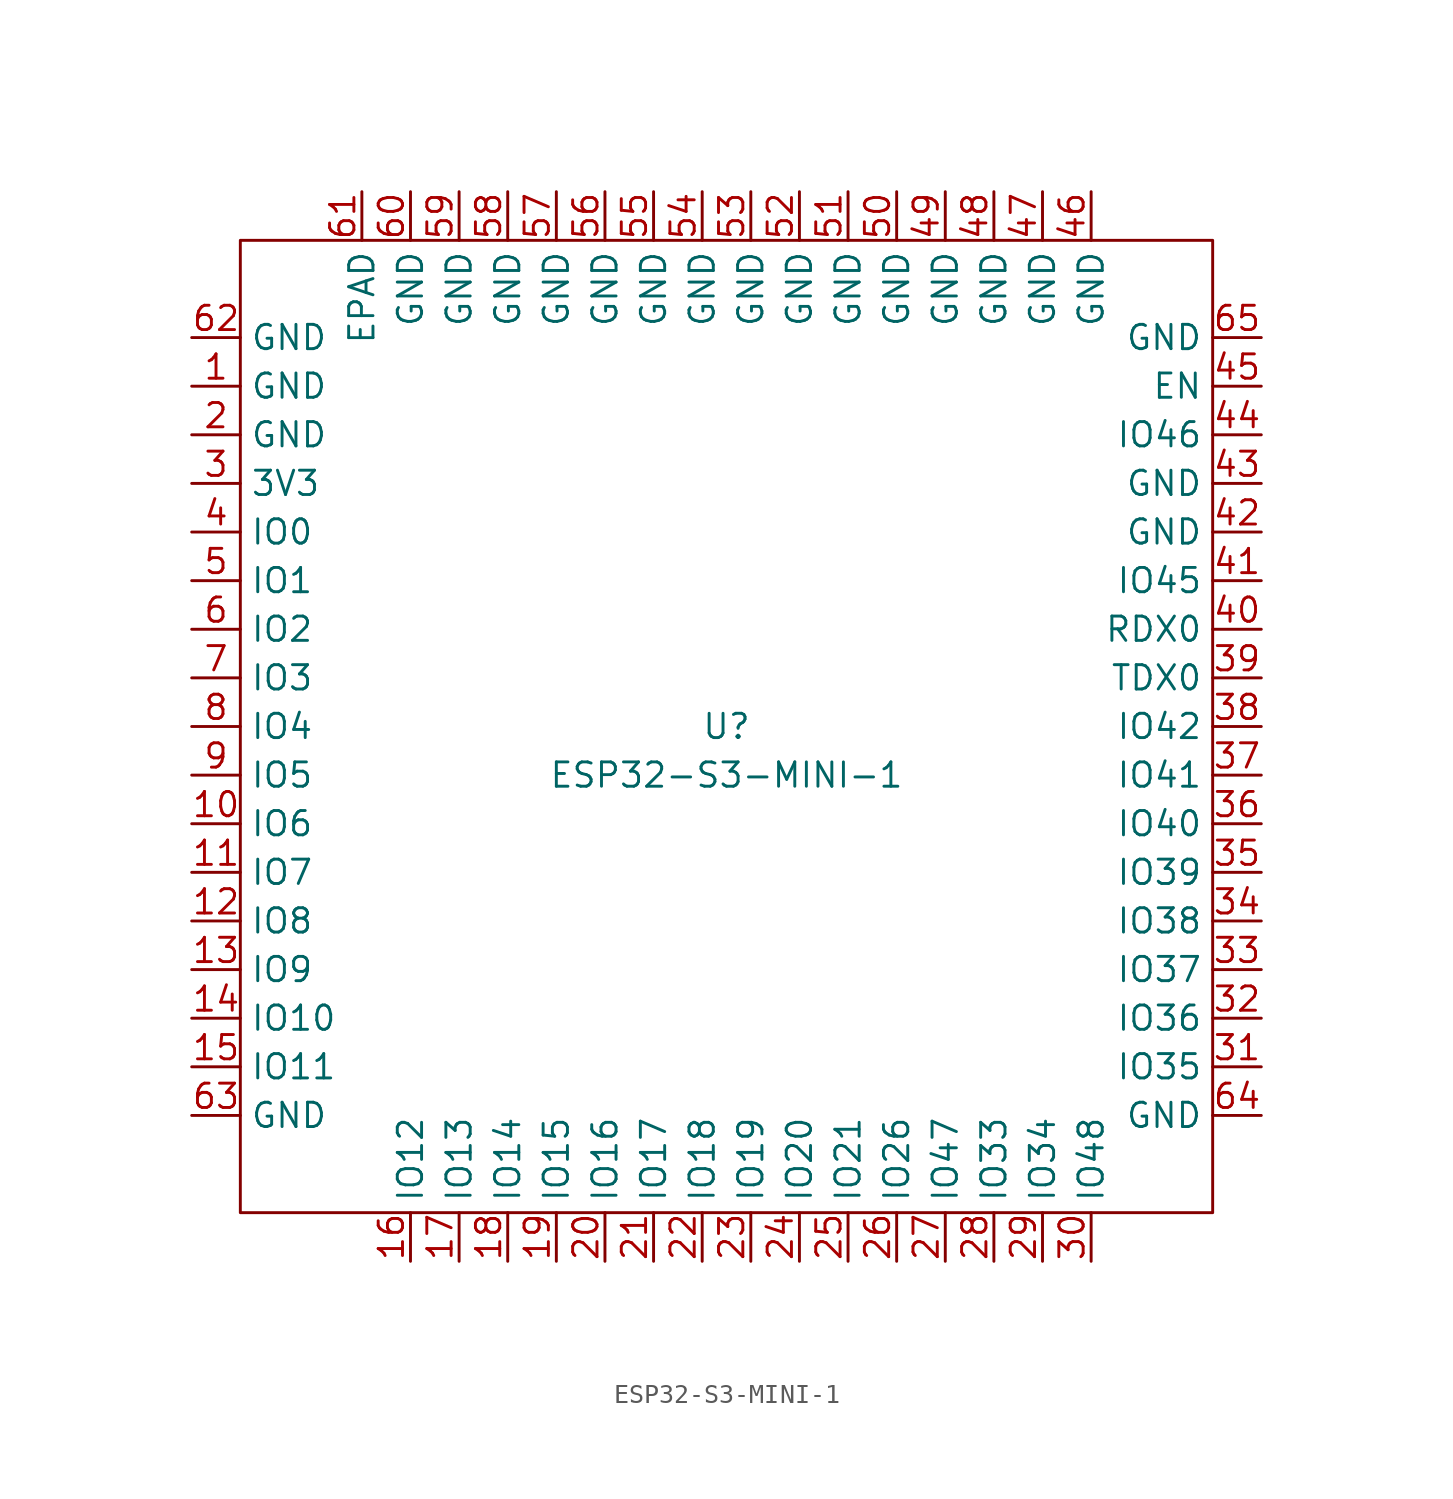
<source format=kicad_sym>
(kicad_symbol_lib
  (version 20231120)
  (generator "kicad_symbol_editor")
  (generator_version "8.0")
  (symbol "ESP32-S3-MINI-1"
    (property "Reference" "U"
      (at 0 0 0)
      (effects (font (size 1.27 1.27))))
    (property "Value" "ESP32-S3-MINI-1"
      (at 0 -2.54 0)
      (effects (font (size 1.27 1.27))))
    (symbol "ESP32-S3-MINI-1_0_1"
      (rectangle (start -25.4 25.4) (end 25.4 -25.4) (stroke (width 0) (type default)) (fill (type none))))
    (symbol "ESP32-S3-MINI-1_1_1"
      (pin power_in line (at -27.94 17.78 0) (length 2.54) (name "GND" (effects (font (size 1.27 1.27)))) (number "1" (effects (font (size 1.27 1.27)))))
      (pin bidirectional line (at -27.94 -5.08 0) (length 2.54) (name "IO6" (effects (font (size 1.27 1.27)))) (number "10" (effects (font (size 1.27 1.27)))))
      (pin bidirectional line (at -27.94 -7.62 0) (length 2.54) (name "IO7" (effects (font (size 1.27 1.27)))) (number "11" (effects (font (size 1.27 1.27)))))
      (pin bidirectional line (at -27.94 -10.16 0) (length 2.54) (name "IO8" (effects (font (size 1.27 1.27)))) (number "12" (effects (font (size 1.27 1.27)))))
      (pin bidirectional line (at -27.94 -12.7 0) (length 2.54) (name "IO9" (effects (font (size 1.27 1.27)))) (number "13" (effects (font (size 1.27 1.27)))))
      (pin bidirectional line (at -27.94 -15.24 0) (length 2.54) (name "IO10" (effects (font (size 1.27 1.27)))) (number "14" (effects (font (size 1.27 1.27)))))
      (pin bidirectional line (at -27.94 -17.78 0) (length 2.54) (name "IO11" (effects (font (size 1.27 1.27)))) (number "15" (effects (font (size 1.27 1.27)))))
      (pin bidirectional line (at -16.51 -27.94 90) (length 2.54) (name "IO12" (effects (font (size 1.27 1.27)))) (number "16" (effects (font (size 1.27 1.27)))))
      (pin bidirectional line (at -13.97 -27.94 90) (length 2.54) (name "IO13" (effects (font (size 1.27 1.27)))) (number "17" (effects (font (size 1.27 1.27)))))
      (pin bidirectional line (at -11.43 -27.94 90) (length 2.54) (name "IO14" (effects (font (size 1.27 1.27)))) (number "18" (effects (font (size 1.27 1.27)))))
      (pin bidirectional line (at -8.89 -27.94 90) (length 2.54) (name "IO15" (effects (font (size 1.27 1.27)))) (number "19" (effects (font (size 1.27 1.27)))))
      (pin power_in line (at -27.94 15.24 0) (length 2.54) (name "GND" (effects (font (size 1.27 1.27)))) (number "2" (effects (font (size 1.27 1.27)))))
      (pin bidirectional line (at -6.35 -27.94 90) (length 2.54) (name "IO16" (effects (font (size 1.27 1.27)))) (number "20" (effects (font (size 1.27 1.27)))))
      (pin bidirectional line (at -3.81 -27.94 90) (length 2.54) (name "IO17" (effects (font (size 1.27 1.27)))) (number "21" (effects (font (size 1.27 1.27)))))
      (pin bidirectional line (at -1.27 -27.94 90) (length 2.54) (name "IO18" (effects (font (size 1.27 1.27)))) (number "22" (effects (font (size 1.27 1.27)))))
      (pin bidirectional line (at 1.27 -27.94 90) (length 2.54) (name "IO19" (effects (font (size 1.27 1.27)))) (number "23" (effects (font (size 1.27 1.27)))))
      (pin bidirectional line (at 3.81 -27.94 90) (length 2.54) (name "IO20" (effects (font (size 1.27 1.27)))) (number "24" (effects (font (size 1.27 1.27)))))
      (pin bidirectional line (at 6.35 -27.94 90) (length 2.54) (name "IO21" (effects (font (size 1.27 1.27)))) (number "25" (effects (font (size 1.27 1.27)))))
      (pin bidirectional line (at 8.89 -27.94 90) (length 2.54) (name "IO26" (effects (font (size 1.27 1.27)))) (number "26" (effects (font (size 1.27 1.27)))))
      (pin bidirectional line (at 11.43 -27.94 90) (length 2.54) (name "IO47" (effects (font (size 1.27 1.27)))) (number "27" (effects (font (size 1.27 1.27)))))
      (pin bidirectional line (at 13.97 -27.94 90) (length 2.54) (name "IO33" (effects (font (size 1.27 1.27)))) (number "28" (effects (font (size 1.27 1.27)))))
      (pin bidirectional line (at 16.51 -27.94 90) (length 2.54) (name "IO34" (effects (font (size 1.27 1.27)))) (number "29" (effects (font (size 1.27 1.27)))))
      (pin power_in line (at -27.94 12.7 0) (length 2.54) (name "3V3" (effects (font (size 1.27 1.27)))) (number "3" (effects (font (size 1.27 1.27)))))
      (pin bidirectional line (at 19.05 -27.94 90) (length 2.54) (name "IO48" (effects (font (size 1.27 1.27)))) (number "30" (effects (font (size 1.27 1.27)))))
      (pin bidirectional line (at 27.94 -17.78 180) (length 2.54) (name "IO35" (effects (font (size 1.27 1.27)))) (number "31" (effects (font (size 1.27 1.27)))))
      (pin bidirectional line (at 27.94 -15.24 180) (length 2.54) (name "IO36" (effects (font (size 1.27 1.27)))) (number "32" (effects (font (size 1.27 1.27)))))
      (pin bidirectional line (at 27.94 -12.7 180) (length 2.54) (name "IO37" (effects (font (size 1.27 1.27)))) (number "33" (effects (font (size 1.27 1.27)))))
      (pin bidirectional line (at 27.94 -10.16 180) (length 2.54) (name "IO38" (effects (font (size 1.27 1.27)))) (number "34" (effects (font (size 1.27 1.27)))))
      (pin bidirectional line (at 27.94 -7.62 180) (length 2.54) (name "IO39" (effects (font (size 1.27 1.27)))) (number "35" (effects (font (size 1.27 1.27)))))
      (pin bidirectional line (at 27.94 -5.08 180) (length 2.54) (name "IO40" (effects (font (size 1.27 1.27)))) (number "36" (effects (font (size 1.27 1.27)))))
      (pin bidirectional line (at 27.94 -2.54 180) (length 2.54) (name "IO41" (effects (font (size 1.27 1.27)))) (number "37" (effects (font (size 1.27 1.27)))))
      (pin bidirectional line (at 27.94 0 180) (length 2.54) (name "IO42" (effects (font (size 1.27 1.27)))) (number "38" (effects (font (size 1.27 1.27)))))
      (pin output line (at 27.94 2.54 180) (length 2.54) (name "TDX0" (effects (font (size 1.27 1.27)))) (number "39" (effects (font (size 1.27 1.27)))))
      (pin input line (at -27.94 10.16 0) (length 2.54) (name "IO0" (effects (font (size 1.27 1.27)))) (number "4" (effects (font (size 1.27 1.27)))))
      (pin input line (at 27.94 5.08 180) (length 2.54) (name "RDX0" (effects (font (size 1.27 1.27)))) (number "40" (effects (font (size 1.27 1.27)))))
      (pin bidirectional line (at 27.94 7.62 180) (length 2.54) (name "IO45" (effects (font (size 1.27 1.27)))) (number "41" (effects (font (size 1.27 1.27)))))
      (pin power_in line (at 27.94 10.16 180) (length 2.54) (name "GND" (effects (font (size 1.27 1.27)))) (number "42" (effects (font (size 1.27 1.27)))))
      (pin power_in line (at 27.94 12.7 180) (length 2.54) (name "GND" (effects (font (size 1.27 1.27)))) (number "43" (effects (font (size 1.27 1.27)))))
      (pin input line (at 27.94 15.24 180) (length 2.54) (name "IO46" (effects (font (size 1.27 1.27)))) (number "44" (effects (font (size 1.27 1.27)))))
      (pin power_out line (at 27.94 17.78 180) (length 2.54) (name "EN" (effects (font (size 1.27 1.27)))) (number "45" (effects (font (size 1.27 1.27)))))
      (pin power_in line (at 19.05 27.94 270) (length 2.54) (name "GND" (effects (font (size 1.27 1.27)))) (number "46" (effects (font (size 1.27 1.27)))))
      (pin power_in line (at 16.51 27.94 270) (length 2.54) (name "GND" (effects (font (size 1.27 1.27)))) (number "47" (effects (font (size 1.27 1.27)))))
      (pin power_in line (at 13.97 27.94 270) (length 2.54) (name "GND" (effects (font (size 1.27 1.27)))) (number "48" (effects (font (size 1.27 1.27)))))
      (pin power_in line (at 11.43 27.94 270) (length 2.54) (name "GND" (effects (font (size 1.27 1.27)))) (number "49" (effects (font (size 1.27 1.27)))))
      (pin bidirectional line (at -27.94 7.62 0) (length 2.54) (name "IO1" (effects (font (size 1.27 1.27)))) (number "5" (effects (font (size 1.27 1.27)))))
      (pin power_in line (at 8.89 27.94 270) (length 2.54) (name "GND" (effects (font (size 1.27 1.27)))) (number "50" (effects (font (size 1.27 1.27)))))
      (pin power_in line (at 6.35 27.94 270) (length 2.54) (name "GND" (effects (font (size 1.27 1.27)))) (number "51" (effects (font (size 1.27 1.27)))))
      (pin power_in line (at 3.81 27.94 270) (length 2.54) (name "GND" (effects (font (size 1.27 1.27)))) (number "52" (effects (font (size 1.27 1.27)))))
      (pin power_in line (at 1.27 27.94 270) (length 2.54) (name "GND" (effects (font (size 1.27 1.27)))) (number "53" (effects (font (size 1.27 1.27)))))
      (pin power_in line (at -1.27 27.94 270) (length 2.54) (name "GND" (effects (font (size 1.27 1.27)))) (number "54" (effects (font (size 1.27 1.27)))))
      (pin power_in line (at -3.81 27.94 270) (length 2.54) (name "GND" (effects (font (size 1.27 1.27)))) (number "55" (effects (font (size 1.27 1.27)))))
      (pin power_in line (at -6.35 27.94 270) (length 2.54) (name "GND" (effects (font (size 1.27 1.27)))) (number "56" (effects (font (size 1.27 1.27)))))
      (pin power_in line (at -8.89 27.94 270) (length 2.54) (name "GND" (effects (font (size 1.27 1.27)))) (number "57" (effects (font (size 1.27 1.27)))))
      (pin power_in line (at -11.43 27.94 270) (length 2.54) (name "GND" (effects (font (size 1.27 1.27)))) (number "58" (effects (font (size 1.27 1.27)))))
      (pin power_in line (at -13.97 27.94 270) (length 2.54) (name "GND" (effects (font (size 1.27 1.27)))) (number "59" (effects (font (size 1.27 1.27)))))
      (pin bidirectional line (at -27.94 5.08 0) (length 2.54) (name "IO2" (effects (font (size 1.27 1.27)))) (number "6" (effects (font (size 1.27 1.27)))))
      (pin power_in line (at -16.51 27.94 270) (length 2.54) (name "GND" (effects (font (size 1.27 1.27)))) (number "60" (effects (font (size 1.27 1.27)))))
      (pin power_in line (at -19.05 27.94 270) (length 2.54) (name "EPAD" (effects (font (size 1.27 1.27)))) (number "61" (effects (font (size 1.27 1.27)))))
      (pin power_in line (at -27.94 20.32 0) (length 2.54) (name "GND" (effects (font (size 1.27 1.27)))) (number "62" (effects (font (size 1.27 1.27)))))
      (pin power_in line (at -27.94 -20.32 0) (length 2.54) (name "GND" (effects (font (size 1.27 1.27)))) (number "63" (effects (font (size 1.27 1.27)))))
      (pin power_in line (at 27.94 -20.32 180) (length 2.54) (name "GND" (effects (font (size 1.27 1.27)))) (number "64" (effects (font (size 1.27 1.27)))))
      (pin power_in line (at 27.94 20.32 180) (length 2.54) (name "GND" (effects (font (size 1.27 1.27)))) (number "65" (effects (font (size 1.27 1.27)))))
      (pin bidirectional line (at -27.94 2.54 0) (length 2.54) (name "IO3" (effects (font (size 1.27 1.27)))) (number "7" (effects (font (size 1.27 1.27)))))
      (pin bidirectional line (at -27.94 0 0) (length 2.54) (name "IO4" (effects (font (size 1.27 1.27)))) (number "8" (effects (font (size 1.27 1.27)))))
      (pin bidirectional line (at -27.94 -2.54 0) (length 2.54) (name "IO5" (effects (font (size 1.27 1.27)))) (number "9" (effects (font (size 1.27 1.27))))))))
</source>
